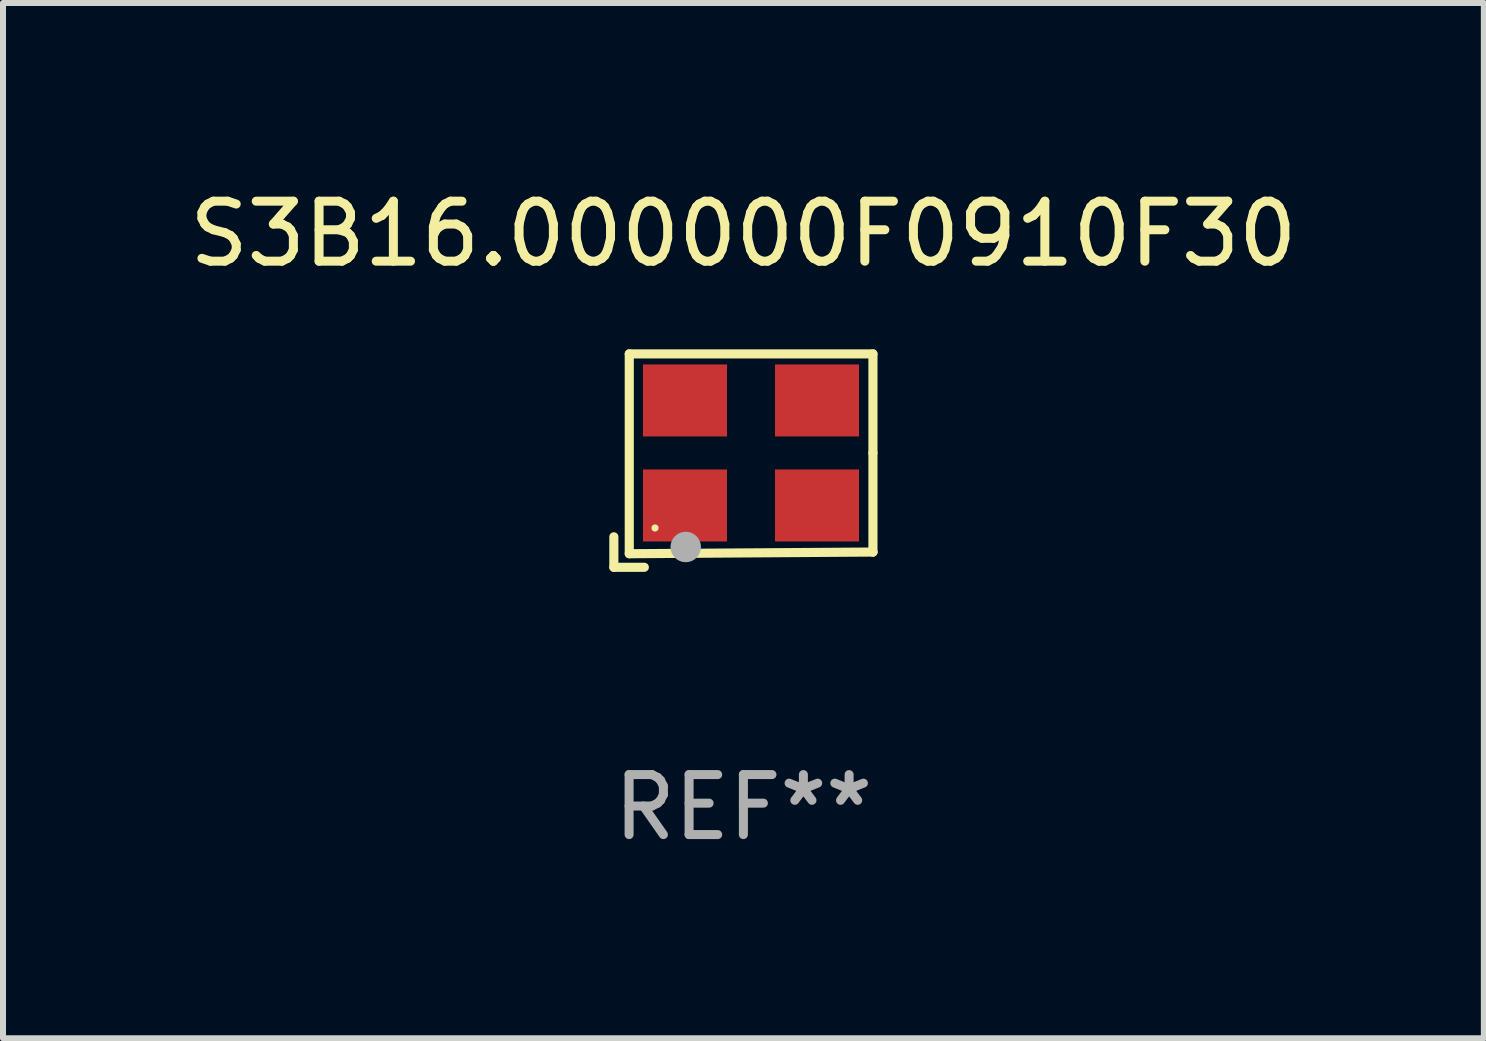
<source format=kicad_pcb>
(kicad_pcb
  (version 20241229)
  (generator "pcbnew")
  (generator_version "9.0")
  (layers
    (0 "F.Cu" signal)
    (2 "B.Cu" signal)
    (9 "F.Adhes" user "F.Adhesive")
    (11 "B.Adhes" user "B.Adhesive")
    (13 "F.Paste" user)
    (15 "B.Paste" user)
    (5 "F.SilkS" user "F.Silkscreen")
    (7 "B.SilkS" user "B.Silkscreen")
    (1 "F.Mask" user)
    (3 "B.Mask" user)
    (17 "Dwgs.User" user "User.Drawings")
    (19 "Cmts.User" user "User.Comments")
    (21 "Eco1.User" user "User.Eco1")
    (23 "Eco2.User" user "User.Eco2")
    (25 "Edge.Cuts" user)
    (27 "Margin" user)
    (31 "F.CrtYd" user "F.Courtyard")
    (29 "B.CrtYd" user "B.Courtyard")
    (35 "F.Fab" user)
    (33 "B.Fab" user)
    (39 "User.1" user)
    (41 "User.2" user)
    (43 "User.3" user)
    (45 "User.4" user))
  (footprint "S3B16.000000F0910F30"
    (layer "F.Cu")
    (at 9.339 4.626)
    (property "Reference" "S3B16.000000F0910F30" (at 0 -3.778 0) (layer "F.SilkS") (effects (font (size 1 1) (thickness 0.15))))
    (attr through_hole)
    (fp_line (start -2.159 1.27) (end -2.159 1.778) (stroke (width 0.152) (type solid)) (layer "F.SilkS"))
    (fp_line (start -2.159 1.778) (end -1.651 1.778) (stroke (width 0.152) (type solid)) (layer "F.SilkS"))
    (fp_line (start -1.902 -1.778) (end 2.159 -1.778) (stroke (width 0.152) (type solid)) (layer "F.SilkS"))
    (fp_line (start -1.902 1.552) (end -1.902 -1.778) (stroke (width 0.152) (type solid)) (layer "F.SilkS"))
    (fp_line (start 2.159 -1.778) (end 2.159 -0.127) (stroke (width 0.152) (type solid)) (layer "F.SilkS"))
    (fp_line (start 2.159 -0.127) (end 2.159 1.524) (stroke (width 0.152) (type solid)) (layer "F.SilkS"))
    (fp_line (start 2.159 1.524) (end -1.902 1.552) (stroke (width 0.152) (type solid)) (layer "F.SilkS"))
    (fp_line (start 2.159 1.524) (end 2.159 1.524) (stroke (width 0.152) (type solid)) (layer "F.SilkS"))
    (fp_circle (center -1.473 1.123) (end -1.443 1.123) (stroke (width 0.06) (type solid)) (fill no) (layer "F.SilkS"))
    (fp_circle (center -0.961 1.44) (end -0.834 1.44) (stroke (width 0.254) (type solid)) (fill no) (layer "F.Fab"))
    (fp_text user "REF**" (at 0 5.778 0) (layer "F.Fab") (effects (font (size 1 1) (thickness 0.15))))
    (pad "1" smd rect (at -0.973 0.748) (size 1.4 1.2) (layers "F.Cu" "F.Mask" "F.Paste"))
    (pad "2" smd rect (at 1.227 0.748) (size 1.4 1.2) (layers "F.Cu" "F.Mask" "F.Paste"))
    (pad "3" smd rect (at 1.227 -1.002) (size 1.4 1.2) (layers "F.Cu" "F.Mask" "F.Paste"))
    (pad "4" smd rect (at -0.973 -1.002) (size 1.4 1.2) (layers "F.Cu" "F.Mask" "F.Paste")))
  (gr_rect
    (start -3 -3)
    (end 21.679 14.253)
    (stroke (width 0.1) (type default))
    (fill no)
    (layer "Edge.Cuts")))
</source>
